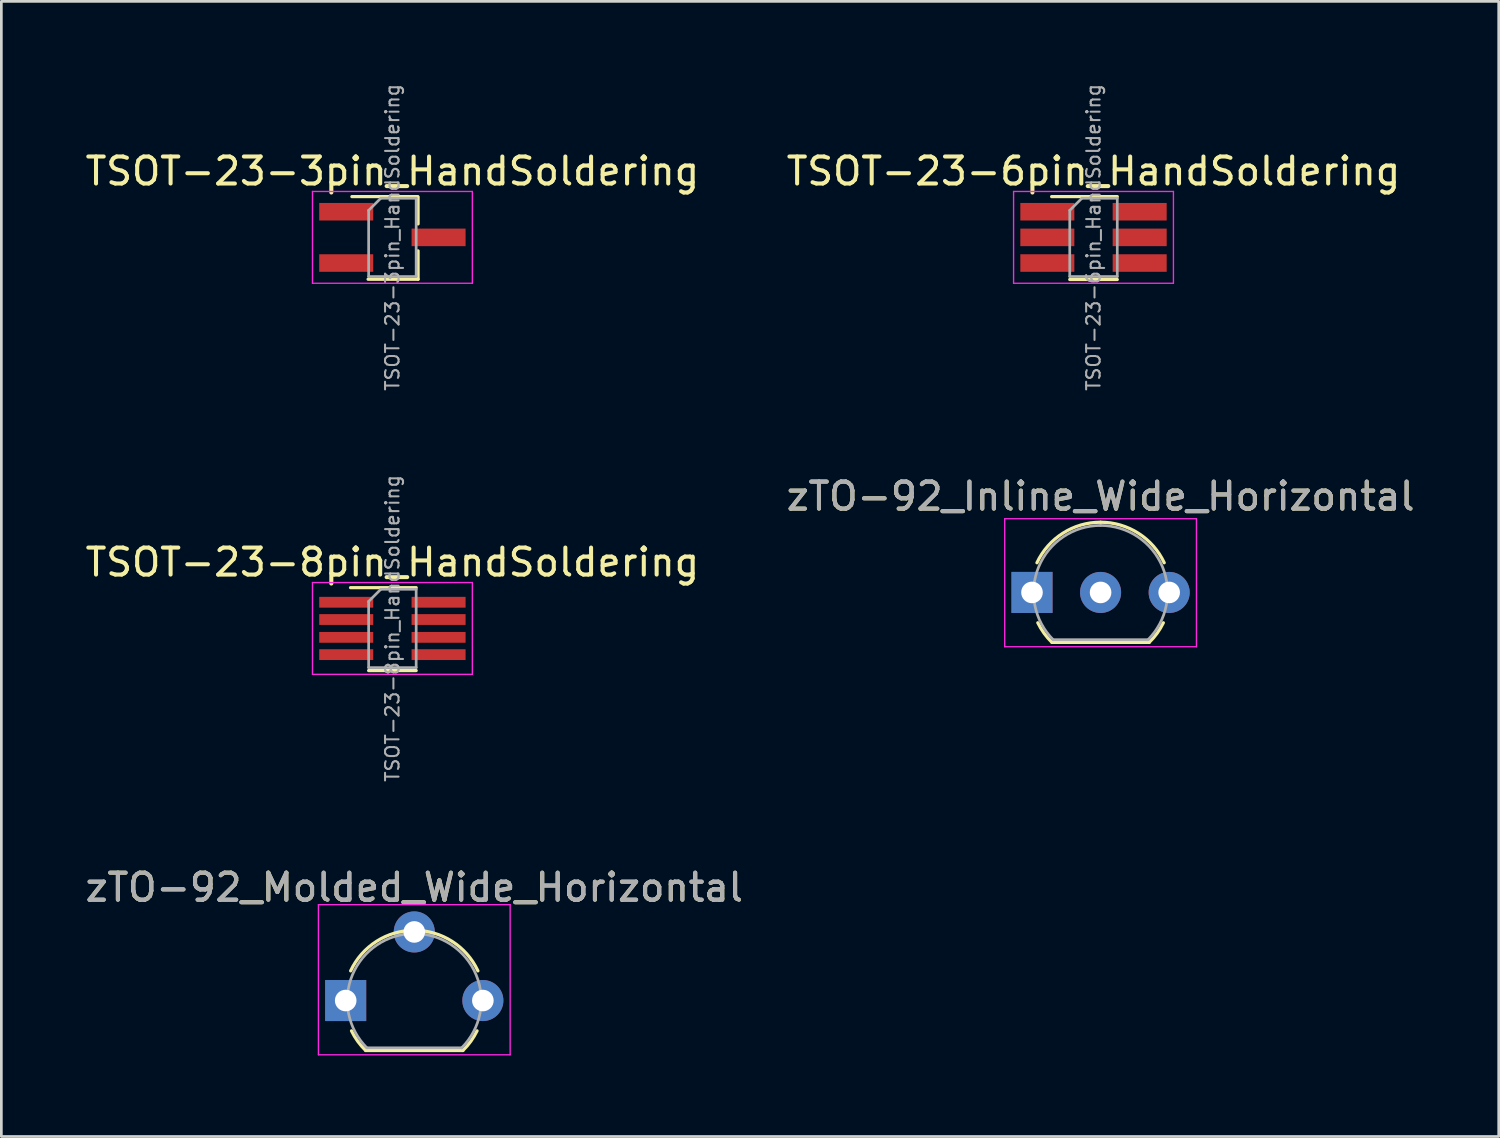
<source format=kicad_pcb>
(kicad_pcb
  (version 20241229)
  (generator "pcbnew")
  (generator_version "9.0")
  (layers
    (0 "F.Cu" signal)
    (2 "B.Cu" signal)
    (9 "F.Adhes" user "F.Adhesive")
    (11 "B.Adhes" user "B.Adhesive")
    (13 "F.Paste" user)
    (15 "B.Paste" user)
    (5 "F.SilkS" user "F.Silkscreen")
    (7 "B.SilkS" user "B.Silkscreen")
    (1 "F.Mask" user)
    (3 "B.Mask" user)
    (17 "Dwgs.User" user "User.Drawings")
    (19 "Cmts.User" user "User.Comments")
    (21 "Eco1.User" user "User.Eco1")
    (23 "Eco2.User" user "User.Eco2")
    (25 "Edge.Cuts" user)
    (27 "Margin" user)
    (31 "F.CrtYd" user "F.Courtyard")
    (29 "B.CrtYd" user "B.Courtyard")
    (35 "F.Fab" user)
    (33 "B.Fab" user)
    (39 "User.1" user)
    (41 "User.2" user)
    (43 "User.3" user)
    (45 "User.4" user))
  (footprint "TSOT-23-6pin_HandSoldering"
    (layer "F.Cu")
    (at 37.446 5.741)
    (property "Reference" "TSOT-23-6pin_HandSoldering" (at 0 -2.45 0) (layer "F.SilkS") (effects (font (size 1 1) (thickness 0.15))))
    (attr smd)
    (fp_line (start -0.88 1.56) (end 0.88 1.56) (stroke (width 0.12) (type solid)) (layer "F.SilkS"))
    (fp_line (start 0.88 -1.51) (end -1.55 -1.51) (stroke (width 0.12) (type solid)) (layer "F.SilkS"))
    (fp_line (start -2.96 -1.7) (end -2.96 1.7) (stroke (width 0.05) (type solid)) (layer "F.CrtYd"))
    (fp_line (start -2.96 -1.7) (end 2.96 -1.7) (stroke (width 0.05) (type solid)) (layer "F.CrtYd"))
    (fp_line (start 2.96 1.7) (end -2.96 1.7) (stroke (width 0.05) (type solid)) (layer "F.CrtYd"))
    (fp_line (start 2.96 1.7) (end 2.96 -1.7) (stroke (width 0.05) (type solid)) (layer "F.CrtYd"))
    (fp_line (start -0.88 -1) (end -0.88 1.45) (stroke (width 0.1) (type solid)) (layer "F.Fab"))
    (fp_line (start -0.88 -1) (end -0.43 -1.45) (stroke (width 0.1) (type solid)) (layer "F.Fab"))
    (fp_line (start 0.88 -1.45) (end -0.43 -1.45) (stroke (width 0.1) (type solid)) (layer "F.Fab"))
    (fp_line (start 0.88 -1.45) (end 0.88 1.45) (stroke (width 0.1) (type solid)) (layer "F.Fab"))
    (fp_line (start 0.88 1.45) (end -0.88 1.45) (stroke (width 0.1) (type solid)) (layer "F.Fab"))
    (fp_text user "${REFERENCE}" (at 0 0 90) (layer "F.Fab") (effects (font (size 0.5 0.5) (thickness 0.075))))
    (pad "1" smd rect (at -1.71 -0.95) (size 2 0.65) (layers "F.Cu" "F.Mask" "F.Paste"))
    (pad "2" smd rect (at -1.71 0) (size 2 0.65) (layers "F.Cu" "F.Mask" "F.Paste"))
    (pad "3" smd rect (at -1.71 0.95) (size 2 0.65) (layers "F.Cu" "F.Mask" "F.Paste"))
    (pad "4" smd rect (at 1.71 0.95) (size 2 0.65) (layers "F.Cu" "F.Mask" "F.Paste"))
    (pad "5" smd rect (at 1.71 0) (size 2 0.65) (layers "F.Cu" "F.Mask" "F.Paste"))
    (pad "6" smd rect (at 1.71 -0.95) (size 2 0.65) (layers "F.Cu" "F.Mask" "F.Paste")))
  (footprint "TSOT-23-3pin_HandSoldering"
    (layer "F.Cu")
    (at 11.482 5.741)
    (property "Reference" "TSOT-23-3pin_HandSoldering" (at 0 -2.45 0) (layer "F.SilkS") (effects (font (size 1 1) (thickness 0.15))))
    (attr smd)
    (fp_line (start 0.93 -1.51) (end -1.5 -1.51) (stroke (width 0.12) (type solid)) (layer "F.SilkS"))
    (fp_line (start 0.95 -1.5) (end 0.95 -0.5) (stroke (width 0.12) (type solid)) (layer "F.SilkS"))
    (fp_line (start 0.95 0.5) (end 0.95 1.55) (stroke (width 0.12) (type solid)) (layer "F.SilkS"))
    (fp_line (start 0.95 1.55) (end -0.9 1.55) (stroke (width 0.12) (type solid)) (layer "F.SilkS"))
    (fp_line (start -2.96 -1.7) (end -2.96 1.7) (stroke (width 0.05) (type solid)) (layer "F.CrtYd"))
    (fp_line (start -2.96 -1.7) (end 2.96 -1.7) (stroke (width 0.05) (type solid)) (layer "F.CrtYd"))
    (fp_line (start 2.96 1.7) (end -2.96 1.7) (stroke (width 0.05) (type solid)) (layer "F.CrtYd"))
    (fp_line (start 2.96 1.7) (end 2.96 -1.7) (stroke (width 0.05) (type solid)) (layer "F.CrtYd"))
    (fp_line (start -0.88 -1) (end -0.88 1.45) (stroke (width 0.1) (type solid)) (layer "F.Fab"))
    (fp_line (start -0.88 -1) (end -0.43 -1.45) (stroke (width 0.1) (type solid)) (layer "F.Fab"))
    (fp_line (start 0.88 -1.45) (end -0.43 -1.45) (stroke (width 0.1) (type solid)) (layer "F.Fab"))
    (fp_line (start 0.88 -1.45) (end 0.88 1.45) (stroke (width 0.1) (type solid)) (layer "F.Fab"))
    (fp_line (start 0.88 1.45) (end -0.88 1.45) (stroke (width 0.1) (type solid)) (layer "F.Fab"))
    (fp_text user "${REFERENCE}" (at 0 0 90) (layer "F.Fab") (effects (font (size 0.5 0.5) (thickness 0.075))))
    (pad "1" smd rect (at -1.71 -0.95) (size 2 0.65) (layers "F.Cu" "F.Mask" "F.Paste"))
    (pad "2" smd rect (at -1.71 0.95) (size 2 0.65) (layers "F.Cu" "F.Mask" "F.Paste"))
    (pad "3" smd rect (at 1.71 0) (size 2 0.65) (layers "F.Cu" "F.Mask" "F.Paste")))
  (footprint "TSOT-23-8pin_HandSoldering"
    (layer "F.Cu")
    (at 11.482 20.223)
    (property "Reference" "TSOT-23-8pin_HandSoldering" (at 0 -2.45 0) (layer "F.SilkS") (effects (font (size 1 1) (thickness 0.15))))
    (attr smd)
    (fp_line (start -0.88 1.56) (end 0.88 1.56) (stroke (width 0.12) (type solid)) (layer "F.SilkS"))
    (fp_line (start 0.88 -1.51) (end -1.55 -1.51) (stroke (width 0.12) (type solid)) (layer "F.SilkS"))
    (fp_line (start -2.96 -1.7) (end -2.96 1.7) (stroke (width 0.05) (type solid)) (layer "F.CrtYd"))
    (fp_line (start -2.96 -1.7) (end 2.96 -1.7) (stroke (width 0.05) (type solid)) (layer "F.CrtYd"))
    (fp_line (start 2.96 1.7) (end -2.96 1.7) (stroke (width 0.05) (type solid)) (layer "F.CrtYd"))
    (fp_line (start 2.96 1.7) (end 2.96 -1.7) (stroke (width 0.05) (type solid)) (layer "F.CrtYd"))
    (fp_line (start -0.88 -1) (end -0.88 1.45) (stroke (width 0.1) (type solid)) (layer "F.Fab"))
    (fp_line (start -0.88 -1) (end -0.43 -1.45) (stroke (width 0.1) (type solid)) (layer "F.Fab"))
    (fp_line (start 0.88 -1.45) (end -0.43 -1.45) (stroke (width 0.1) (type solid)) (layer "F.Fab"))
    (fp_line (start 0.88 -1.45) (end 0.88 1.45) (stroke (width 0.1) (type solid)) (layer "F.Fab"))
    (fp_line (start 0.88 1.45) (end -0.88 1.45) (stroke (width 0.1) (type solid)) (layer "F.Fab"))
    (fp_text user "${REFERENCE}" (at 0 0 90) (layer "F.Fab") (effects (font (size 0.5 0.5) (thickness 0.075))))
    (pad "1" smd rect (at -1.71 -0.97) (size 2 0.4) (layers "F.Cu" "F.Mask" "F.Paste"))
    (pad "2" smd rect (at -1.71 -0.33) (size 2 0.4) (layers "F.Cu" "F.Mask" "F.Paste"))
    (pad "3" smd rect (at -1.71 0.33) (size 2 0.4) (layers "F.Cu" "F.Mask" "F.Paste"))
    (pad "4" smd rect (at -1.71 0.97) (size 2 0.4) (layers "F.Cu" "F.Mask" "F.Paste"))
    (pad "5" smd rect (at 1.71 0.97) (size 2 0.4) (layers "F.Cu" "F.Mask" "F.Paste"))
    (pad "6" smd rect (at 1.71 0.33) (size 2 0.4) (layers "F.Cu" "F.Mask" "F.Paste"))
    (pad "7" smd rect (at 1.71 -0.33) (size 2 0.4) (layers "F.Cu" "F.Mask" "F.Paste"))
    (pad "8" smd rect (at 1.71 -0.97) (size 2 0.4) (layers "F.Cu" "F.Mask" "F.Paste")))
  (footprint "zTO-92_Inline_Wide_Horizontal"
    (layer "F.Cu")
    (at 35.168 18.89)
    (property "Reference" "zTO-92_Inline_Wide_Horizontal" (at 2.54 -3.56 180) (layer "F.SilkS") (effects (font (size 1 1) (thickness 0.15))))
    (attr through_hole)
    (fp_line (start 0.74 1.85) (end 4.34 1.85) (stroke (width 0.12) (type solid)) (layer "F.SilkS"))
    (fp_arc (start 0.1836 -1.098807) (mid 1.143021 -2.192817) (end 2.54 -2.6) (stroke (width 0.12) (type solid)) (layer "F.SilkS"))
    (fp_arc (start 0.74 1.85) (mid 0.446097 1.509328) (end 0.215816 1.122795) (stroke (width 0.12) (type solid)) (layer "F.SilkS"))
    (fp_arc (start 2.54 -2.6) (mid 3.936979 -2.192818) (end 4.8964 -1.098807) (stroke (width 0.12) (type solid)) (layer "F.SilkS"))
    (fp_arc (start 4.864184 1.122795) (mid 4.633903 1.509328) (end 4.34 1.85) (stroke (width 0.12) (type solid)) (layer "F.SilkS"))
    (fp_line (start -1.01 -2.73) (end -1.01 2.01) (stroke (width 0.05) (type solid)) (layer "F.CrtYd"))
    (fp_line (start -1.01 -2.73) (end 6.09 -2.73) (stroke (width 0.05) (type solid)) (layer "F.CrtYd"))
    (fp_line (start 6.09 2.01) (end -1.01 2.01) (stroke (width 0.05) (type solid)) (layer "F.CrtYd"))
    (fp_line (start 6.09 2.01) (end 6.09 -2.73) (stroke (width 0.05) (type solid)) (layer "F.CrtYd"))
    (fp_line (start 0.8 1.75) (end 4.3 1.75) (stroke (width 0.1) (type solid)) (layer "F.Fab"))
    (fp_arc (start 0.786375 1.753625) (mid 0.248779 -0.949055) (end 2.54 -2.48) (stroke (width 0.1) (type solid)) (layer "F.Fab"))
    (fp_arc (start 2.54 -2.48) (mid 4.831221 -0.949055) (end 4.293625 1.753625) (stroke (width 0.1) (type solid)) (layer "F.Fab"))
    (fp_text user "${REFERENCE}" (at 2.54 -3.56 180) (layer "F.Fab") (effects (font (size 1 1) (thickness 0.15))))
    (pad "1" thru_hole rect (at 0 0 90) (size 1.52 1.52) (drill 0.8) (layers "*.Cu" "*.Mask"))
    (pad "2" thru_hole circle (at 2.54 0 90) (size 1.52 1.52) (drill 0.8) (layers "*.Cu" "*.Mask"))
    (pad "3" thru_hole circle (at 5.08 0 90) (size 1.52 1.52) (drill 0.8) (layers "*.Cu" "*.Mask")))
  (footprint "zTO-92_Molded_Wide_Horizontal"
    (layer "F.Cu")
    (at 9.752 34.003)
    (property "Reference" "zTO-92_Molded_Wide_Horizontal" (at 2.54 -4.19 180) (layer "F.SilkS") (effects (font (size 1 1) (thickness 0.15))))
    (attr through_hole)
    (fp_line (start 0.74 1.85) (end 4.34 1.85) (stroke (width 0.12) (type solid)) (layer "F.SilkS"))
    (fp_arc (start 0.1836 -1.098807) (mid 1.143021 -2.192817) (end 2.54 -2.6) (stroke (width 0.12) (type solid)) (layer "F.SilkS"))
    (fp_arc (start 0.74 1.85) (mid 0.446097 1.509328) (end 0.215816 1.122795) (stroke (width 0.12) (type solid)) (layer "F.SilkS"))
    (fp_arc (start 2.54 -2.6) (mid 3.936979 -2.192818) (end 4.8964 -1.098807) (stroke (width 0.12) (type solid)) (layer "F.SilkS"))
    (fp_arc (start 4.864184 1.122795) (mid 4.633903 1.509328) (end 4.34 1.85) (stroke (width 0.12) (type solid)) (layer "F.SilkS"))
    (fp_line (start -1.01 -3.55) (end -1.01 2.01) (stroke (width 0.05) (type solid)) (layer "F.CrtYd"))
    (fp_line (start -1.01 -3.55) (end 6.09 -3.55) (stroke (width 0.05) (type solid)) (layer "F.CrtYd"))
    (fp_line (start 6.09 2.01) (end -1.01 2.01) (stroke (width 0.05) (type solid)) (layer "F.CrtYd"))
    (fp_line (start 6.09 2.01) (end 6.09 -3.55) (stroke (width 0.05) (type solid)) (layer "F.CrtYd"))
    (fp_line (start 0.8 1.75) (end 4.3 1.75) (stroke (width 0.1) (type solid)) (layer "F.Fab"))
    (fp_arc (start 0.786375 1.753625) (mid 0.248779 -0.949055) (end 2.54 -2.48) (stroke (width 0.1) (type solid)) (layer "F.Fab"))
    (fp_arc (start 2.54 -2.48) (mid 4.831221 -0.949055) (end 4.293625 1.753625) (stroke (width 0.1) (type solid)) (layer "F.Fab"))
    (fp_text user "${REFERENCE}" (at 2.54 -4.19 180) (layer "F.Fab") (effects (font (size 1 1) (thickness 0.15))))
    (pad "1" thru_hole rect (at 0 0 90) (size 1.52 1.52) (drill 0.8) (layers "*.Cu" "*.Mask"))
    (pad "2" thru_hole circle (at 2.54 -2.54 90) (size 1.52 1.52) (drill 0.8) (layers "*.Cu" "*.Mask"))
    (pad "3" thru_hole circle (at 5.08 0 90) (size 1.52 1.52) (drill 0.8) (layers "*.Cu" "*.Mask")))
  (gr_rect
    (start -3 -3)
    (end 52.452 39.038)
    (stroke (width 0.1) (type default))
    (fill no)
    (layer "Edge.Cuts")))
</source>
